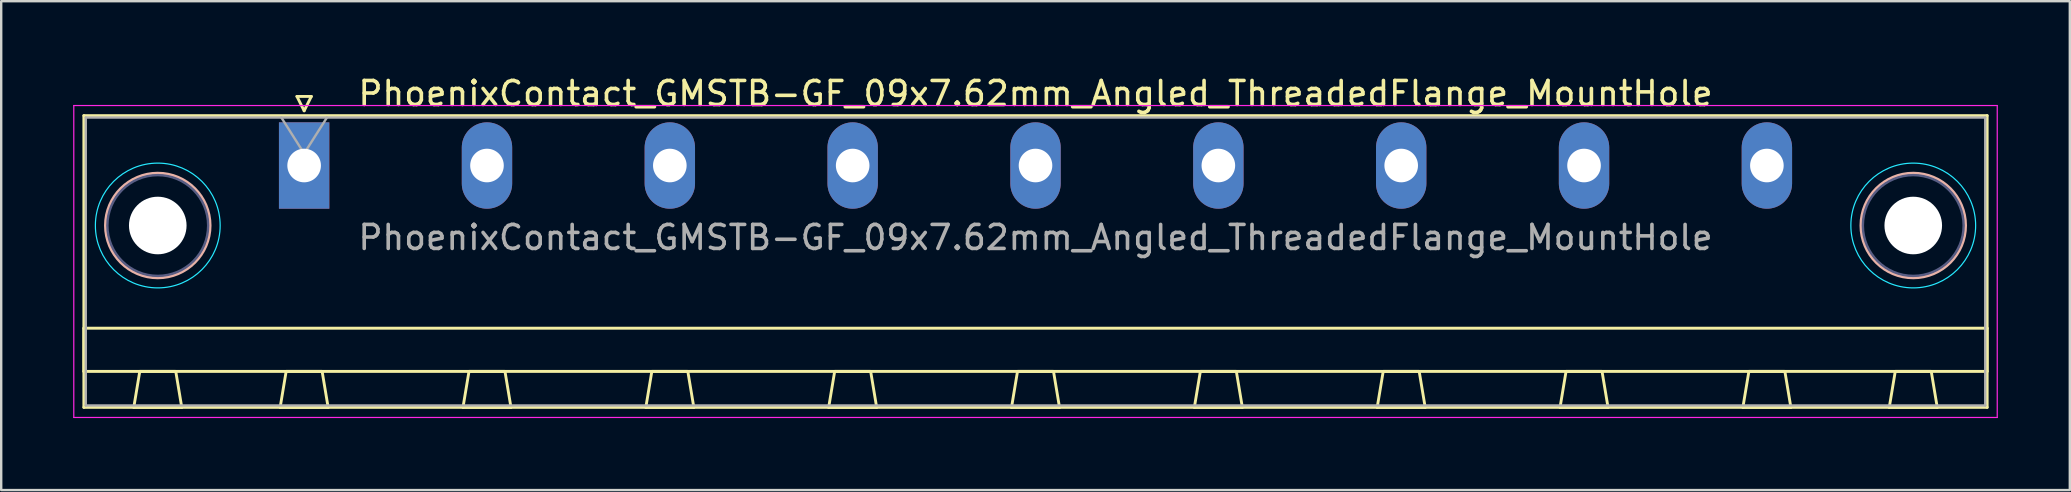
<source format=kicad_pcb>
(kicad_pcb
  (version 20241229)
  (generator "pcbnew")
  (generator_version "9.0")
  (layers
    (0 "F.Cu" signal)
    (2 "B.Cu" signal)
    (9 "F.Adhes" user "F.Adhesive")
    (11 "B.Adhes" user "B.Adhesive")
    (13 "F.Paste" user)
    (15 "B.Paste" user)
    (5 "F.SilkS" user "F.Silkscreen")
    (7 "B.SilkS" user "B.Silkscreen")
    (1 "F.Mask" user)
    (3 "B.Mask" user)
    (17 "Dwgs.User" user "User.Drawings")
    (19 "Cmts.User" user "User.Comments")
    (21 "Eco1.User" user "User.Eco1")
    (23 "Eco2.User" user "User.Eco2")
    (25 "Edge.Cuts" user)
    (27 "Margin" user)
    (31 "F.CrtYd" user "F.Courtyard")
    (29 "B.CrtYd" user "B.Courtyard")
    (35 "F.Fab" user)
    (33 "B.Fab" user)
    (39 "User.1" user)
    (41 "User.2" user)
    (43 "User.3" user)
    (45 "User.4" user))
  (footprint "PhoenixContact_GMSTB-GF_09x7.62mm_Angled_ThreadedFlange_MountHole"
    (layer "F.Cu")
    (at 9.625 3.848)
    (property "Reference" "PhoenixContact_GMSTB-GF_09x7.62mm_Angled_ThreadedFlange_MountHole" (at 30.48 -3 0) (layer "F.SilkS") (effects (font (size 1 1) (thickness 0.15))))
    (attr through_hole)
    (fp_line (start -9.18 -2.08) (end -9.18 10.08) (stroke (width 0.12) (type solid)) (layer "F.SilkS"))
    (fp_line (start -9.18 6.78) (end 70.14 6.78) (stroke (width 0.12) (type solid)) (layer "F.SilkS"))
    (fp_line (start -9.18 8.58) (end -9.18 6.78) (stroke (width 0.12) (type solid)) (layer "F.SilkS"))
    (fp_line (start -9.18 10.08) (end 70.14 10.08) (stroke (width 0.12) (type solid)) (layer "F.SilkS"))
    (fp_line (start -7.1 10.08) (end -5.1 10.08) (stroke (width 0.12) (type solid)) (layer "F.SilkS"))
    (fp_line (start -6.85 8.58) (end -7.1 10.08) (stroke (width 0.12) (type solid)) (layer "F.SilkS"))
    (fp_line (start -5.35 8.58) (end -6.85 8.58) (stroke (width 0.12) (type solid)) (layer "F.SilkS"))
    (fp_line (start -5.1 10.08) (end -5.35 8.58) (stroke (width 0.12) (type solid)) (layer "F.SilkS"))
    (fp_line (start -1 10.08) (end 1 10.08) (stroke (width 0.12) (type solid)) (layer "F.SilkS"))
    (fp_line (start -0.75 8.58) (end -1 10.08) (stroke (width 0.12) (type solid)) (layer "F.SilkS"))
    (fp_line (start -0.3 -2.88) (end 0.3 -2.88) (stroke (width 0.12) (type solid)) (layer "F.SilkS"))
    (fp_line (start 0 -2.28) (end -0.3 -2.88) (stroke (width 0.12) (type solid)) (layer "F.SilkS"))
    (fp_line (start 0.3 -2.88) (end 0 -2.28) (stroke (width 0.12) (type solid)) (layer "F.SilkS"))
    (fp_line (start 0.75 8.58) (end -0.75 8.58) (stroke (width 0.12) (type solid)) (layer "F.SilkS"))
    (fp_line (start 1 10.08) (end 0.75 8.58) (stroke (width 0.12) (type solid)) (layer "F.SilkS"))
    (fp_line (start 6.62 10.08) (end 8.62 10.08) (stroke (width 0.12) (type solid)) (layer "F.SilkS"))
    (fp_line (start 6.87 8.58) (end 6.62 10.08) (stroke (width 0.12) (type solid)) (layer "F.SilkS"))
    (fp_line (start 8.37 8.58) (end 6.87 8.58) (stroke (width 0.12) (type solid)) (layer "F.SilkS"))
    (fp_line (start 8.62 10.08) (end 8.37 8.58) (stroke (width 0.12) (type solid)) (layer "F.SilkS"))
    (fp_line (start 14.24 10.08) (end 16.24 10.08) (stroke (width 0.12) (type solid)) (layer "F.SilkS"))
    (fp_line (start 14.49 8.58) (end 14.24 10.08) (stroke (width 0.12) (type solid)) (layer "F.SilkS"))
    (fp_line (start 15.99 8.58) (end 14.49 8.58) (stroke (width 0.12) (type solid)) (layer "F.SilkS"))
    (fp_line (start 16.24 10.08) (end 15.99 8.58) (stroke (width 0.12) (type solid)) (layer "F.SilkS"))
    (fp_line (start 21.86 10.08) (end 23.86 10.08) (stroke (width 0.12) (type solid)) (layer "F.SilkS"))
    (fp_line (start 22.11 8.58) (end 21.86 10.08) (stroke (width 0.12) (type solid)) (layer "F.SilkS"))
    (fp_line (start 23.61 8.58) (end 22.11 8.58) (stroke (width 0.12) (type solid)) (layer "F.SilkS"))
    (fp_line (start 23.86 10.08) (end 23.61 8.58) (stroke (width 0.12) (type solid)) (layer "F.SilkS"))
    (fp_line (start 29.48 10.08) (end 31.48 10.08) (stroke (width 0.12) (type solid)) (layer "F.SilkS"))
    (fp_line (start 29.73 8.58) (end 29.48 10.08) (stroke (width 0.12) (type solid)) (layer "F.SilkS"))
    (fp_line (start 31.23 8.58) (end 29.73 8.58) (stroke (width 0.12) (type solid)) (layer "F.SilkS"))
    (fp_line (start 31.48 10.08) (end 31.23 8.58) (stroke (width 0.12) (type solid)) (layer "F.SilkS"))
    (fp_line (start 37.1 10.08) (end 39.1 10.08) (stroke (width 0.12) (type solid)) (layer "F.SilkS"))
    (fp_line (start 37.35 8.58) (end 37.1 10.08) (stroke (width 0.12) (type solid)) (layer "F.SilkS"))
    (fp_line (start 38.85 8.58) (end 37.35 8.58) (stroke (width 0.12) (type solid)) (layer "F.SilkS"))
    (fp_line (start 39.1 10.08) (end 38.85 8.58) (stroke (width 0.12) (type solid)) (layer "F.SilkS"))
    (fp_line (start 44.72 10.08) (end 46.72 10.08) (stroke (width 0.12) (type solid)) (layer "F.SilkS"))
    (fp_line (start 44.97 8.58) (end 44.72 10.08) (stroke (width 0.12) (type solid)) (layer "F.SilkS"))
    (fp_line (start 46.47 8.58) (end 44.97 8.58) (stroke (width 0.12) (type solid)) (layer "F.SilkS"))
    (fp_line (start 46.72 10.08) (end 46.47 8.58) (stroke (width 0.12) (type solid)) (layer "F.SilkS"))
    (fp_line (start 52.34 10.08) (end 54.34 10.08) (stroke (width 0.12) (type solid)) (layer "F.SilkS"))
    (fp_line (start 52.59 8.58) (end 52.34 10.08) (stroke (width 0.12) (type solid)) (layer "F.SilkS"))
    (fp_line (start 54.09 8.58) (end 52.59 8.58) (stroke (width 0.12) (type solid)) (layer "F.SilkS"))
    (fp_line (start 54.34 10.08) (end 54.09 8.58) (stroke (width 0.12) (type solid)) (layer "F.SilkS"))
    (fp_line (start 59.96 10.08) (end 61.96 10.08) (stroke (width 0.12) (type solid)) (layer "F.SilkS"))
    (fp_line (start 60.21 8.58) (end 59.96 10.08) (stroke (width 0.12) (type solid)) (layer "F.SilkS"))
    (fp_line (start 61.71 8.58) (end 60.21 8.58) (stroke (width 0.12) (type solid)) (layer "F.SilkS"))
    (fp_line (start 61.96 10.08) (end 61.71 8.58) (stroke (width 0.12) (type solid)) (layer "F.SilkS"))
    (fp_line (start 66.06 10.08) (end 68.06 10.08) (stroke (width 0.12) (type solid)) (layer "F.SilkS"))
    (fp_line (start 66.31 8.58) (end 66.06 10.08) (stroke (width 0.12) (type solid)) (layer "F.SilkS"))
    (fp_line (start 67.81 8.58) (end 66.31 8.58) (stroke (width 0.12) (type solid)) (layer "F.SilkS"))
    (fp_line (start 68.06 10.08) (end 67.81 8.58) (stroke (width 0.12) (type solid)) (layer "F.SilkS"))
    (fp_line (start 70.14 -2.08) (end -9.18 -2.08) (stroke (width 0.12) (type solid)) (layer "F.SilkS"))
    (fp_line (start 70.14 6.78) (end 70.14 8.58) (stroke (width 0.12) (type solid)) (layer "F.SilkS"))
    (fp_line (start 70.14 8.58) (end -9.18 8.58) (stroke (width 0.12) (type solid)) (layer "F.SilkS"))
    (fp_line (start 70.14 10.08) (end 70.14 -2.08) (stroke (width 0.12) (type solid)) (layer "F.SilkS"))
    (fp_circle (center -6.1 2.5) (end -3.92 2.5) (stroke (width 0.12) (type solid)) (fill no) (layer "B.SilkS"))
    (fp_circle (center 67.06 2.5) (end 69.24 2.5) (stroke (width 0.12) (type solid)) (fill no) (layer "B.SilkS"))
    (fp_circle (center -6.1 2.5) (end -3.5 2.5) (stroke (width 0.05) (type solid)) (fill no) (layer "B.CrtYd"))
    (fp_circle (center 67.06 2.5) (end 69.66 2.5) (stroke (width 0.05) (type solid)) (fill no) (layer "B.CrtYd"))
    (fp_line (start -9.6 -2.5) (end -9.6 10.5) (stroke (width 0.05) (type solid)) (layer "F.CrtYd"))
    (fp_line (start -9.6 10.5) (end 70.56 10.5) (stroke (width 0.05) (type solid)) (layer "F.CrtYd"))
    (fp_line (start 70.56 -2.5) (end -9.6 -2.5) (stroke (width 0.05) (type solid)) (layer "F.CrtYd"))
    (fp_line (start 70.56 10.5) (end 70.56 -2.5) (stroke (width 0.05) (type solid)) (layer "F.CrtYd"))
    (fp_circle (center -6.1 2.5) (end -4 2.5) (stroke (width 0.1) (type solid)) (fill no) (layer "B.Fab"))
    (fp_circle (center 67.06 2.5) (end 69.16 2.5) (stroke (width 0.1) (type solid)) (fill no) (layer "B.Fab"))
    (fp_line (start -9.1 -2) (end -9.1 10) (stroke (width 0.1) (type solid)) (layer "F.Fab"))
    (fp_line (start -9.1 10) (end 70.06 10) (stroke (width 0.1) (type solid)) (layer "F.Fab"))
    (fp_line (start 0 -0.5) (end -0.95 -2) (stroke (width 0.1) (type solid)) (layer "F.Fab"))
    (fp_line (start 0.95 -2) (end 0 -0.5) (stroke (width 0.1) (type solid)) (layer "F.Fab"))
    (fp_line (start 70.06 -2) (end -9.1 -2) (stroke (width 0.1) (type solid)) (layer "F.Fab"))
    (fp_line (start 70.06 10) (end 70.06 -2) (stroke (width 0.1) (type solid)) (layer "F.Fab"))
    (fp_text user "${REFERENCE}" (at 30.48 3 0) (layer "F.Fab") (effects (font (size 1 1) (thickness 0.15))))
    (pad "" np_thru_hole circle (at -6.1 2.5) (size 2.4 2.4) (drill 2.4) (layers "*.Cu" "*.Mask"))
    (pad "" np_thru_hole circle (at 67.06 2.5) (size 2.4 2.4) (drill 2.4) (layers "*.Cu" "*.Mask"))
    (pad "1" thru_hole rect (at 0 0) (size 2.1 3.6) (drill 1.4) (layers "*.Cu" "*.Mask"))
    (pad "2" thru_hole oval (at 7.62 0) (size 2.1 3.6) (drill 1.4) (layers "*.Cu" "*.Mask"))
    (pad "3" thru_hole oval (at 15.24 0) (size 2.1 3.6) (drill 1.4) (layers "*.Cu" "*.Mask"))
    (pad "4" thru_hole oval (at 22.86 0) (size 2.1 3.6) (drill 1.4) (layers "*.Cu" "*.Mask"))
    (pad "5" thru_hole oval (at 30.48 0) (size 2.1 3.6) (drill 1.4) (layers "*.Cu" "*.Mask"))
    (pad "6" thru_hole oval (at 38.1 0) (size 2.1 3.6) (drill 1.4) (layers "*.Cu" "*.Mask"))
    (pad "7" thru_hole oval (at 45.72 0) (size 2.1 3.6) (drill 1.4) (layers "*.Cu" "*.Mask"))
    (pad "8" thru_hole oval (at 53.34 0) (size 2.1 3.6) (drill 1.4) (layers "*.Cu" "*.Mask"))
    (pad "9" thru_hole oval (at 60.96 0) (size 2.1 3.6) (drill 1.4) (layers "*.Cu" "*.Mask")))
  (gr_rect
    (start -3 -3)
    (end 83.21 17.373)
    (stroke (width 0.1) (type default))
    (fill no)
    (layer "Edge.Cuts")))
</source>
